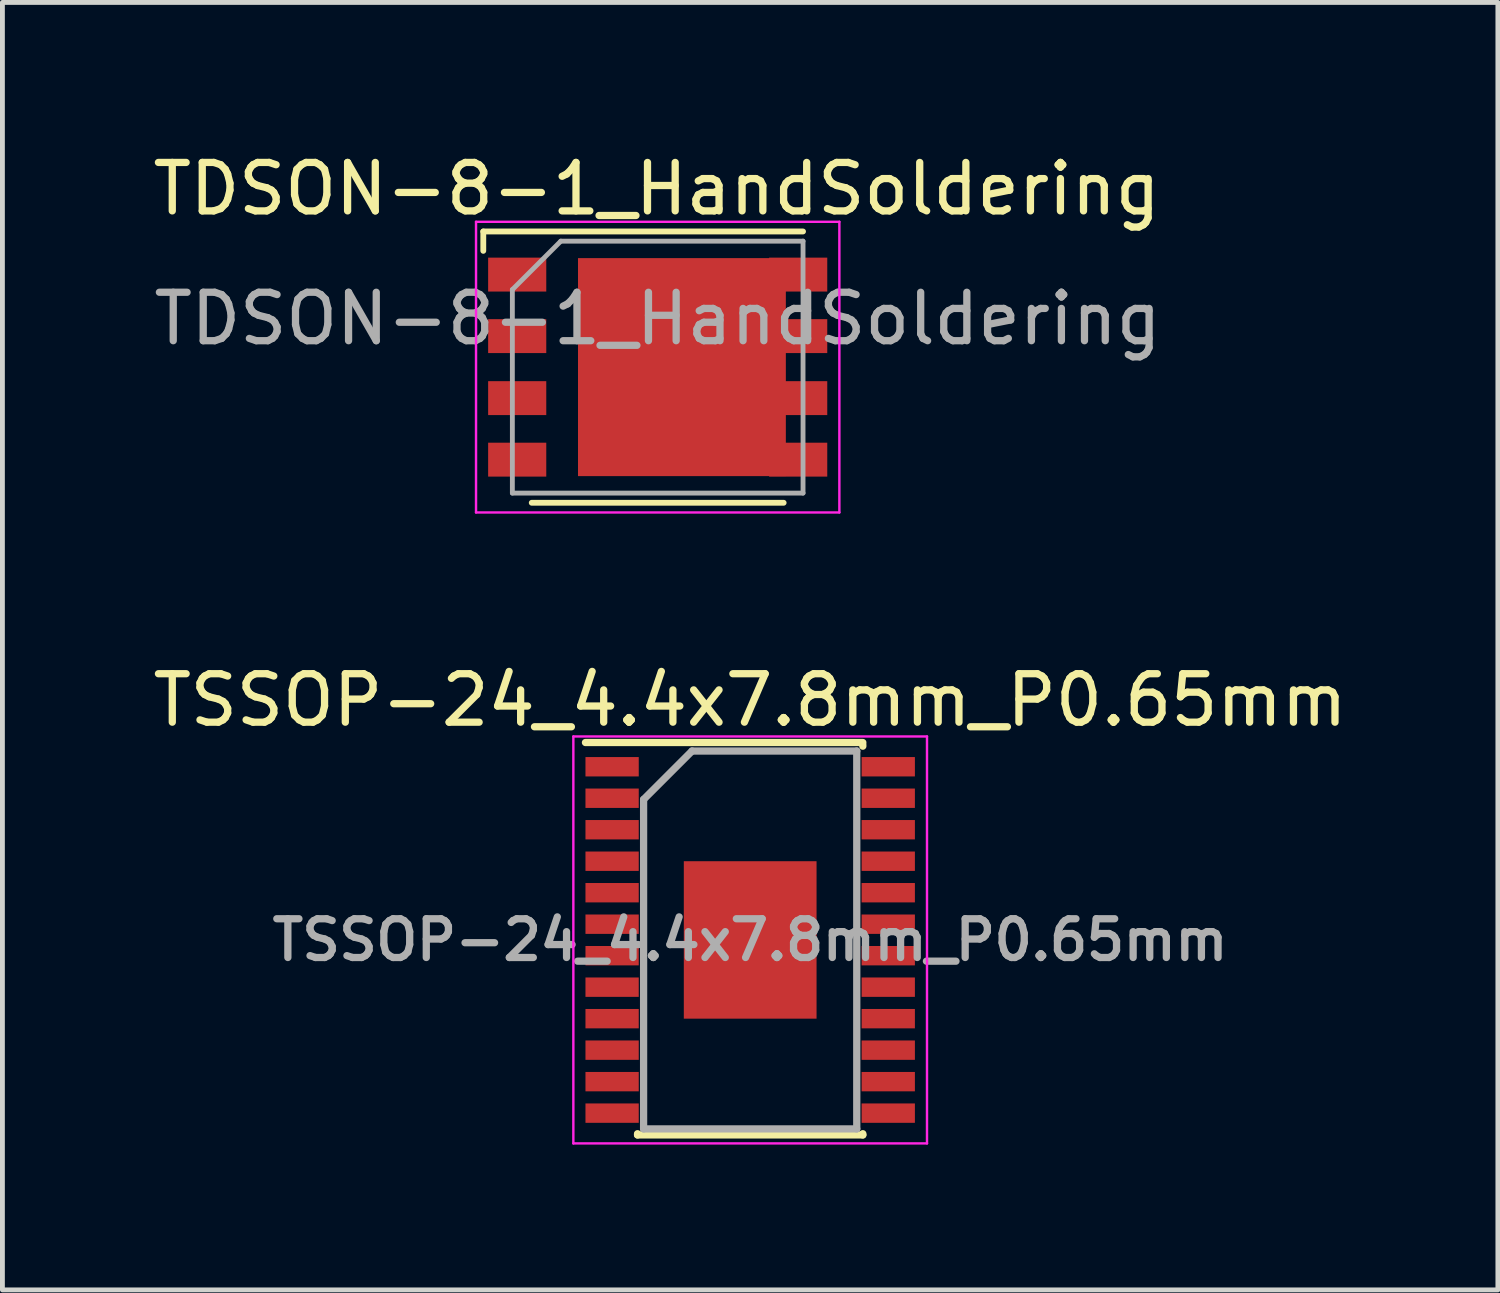
<source format=kicad_pcb>
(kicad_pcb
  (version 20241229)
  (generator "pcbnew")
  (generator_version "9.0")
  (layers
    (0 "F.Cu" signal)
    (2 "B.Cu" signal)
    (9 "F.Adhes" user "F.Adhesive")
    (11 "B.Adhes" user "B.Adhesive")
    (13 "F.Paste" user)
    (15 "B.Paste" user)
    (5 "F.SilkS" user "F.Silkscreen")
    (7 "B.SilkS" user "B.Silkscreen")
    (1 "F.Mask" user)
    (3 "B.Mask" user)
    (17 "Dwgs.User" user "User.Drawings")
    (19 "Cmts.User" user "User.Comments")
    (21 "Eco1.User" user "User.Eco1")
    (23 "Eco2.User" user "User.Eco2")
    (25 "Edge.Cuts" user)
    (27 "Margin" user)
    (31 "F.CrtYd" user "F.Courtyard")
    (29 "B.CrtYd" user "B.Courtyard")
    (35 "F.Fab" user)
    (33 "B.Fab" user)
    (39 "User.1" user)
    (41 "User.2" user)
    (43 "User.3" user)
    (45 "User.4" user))
  (footprint "TSSOP-24_4.4x7.8mm_P0.65mm"
    (layer "F.Cu")
    (at 12.435 16.352)
    (property "Reference" "TSSOP-24_4.4x7.8mm_P0.65mm" (at 0 -4.95 0) (layer "F.SilkS") (effects (font (size 1 1) (thickness 0.15))))
    (attr smd)
    (fp_line (start -3.4 -4.075) (end 2.325 -4.075) (stroke (width 0.15) (type solid)) (layer "F.SilkS"))
    (fp_line (start -2.325 4.025) (end -2.325 4) (stroke (width 0.15) (type solid)) (layer "F.SilkS"))
    (fp_line (start -2.325 4.025) (end 2.325 4.025) (stroke (width 0.15) (type solid)) (layer "F.SilkS"))
    (fp_line (start 2.325 -4.025) (end 2.325 -4) (stroke (width 0.15) (type solid)) (layer "F.SilkS"))
    (fp_line (start 2.325 4.025) (end 2.325 4) (stroke (width 0.15) (type solid)) (layer "F.SilkS"))
    (fp_line (start -3.65 -4.2) (end -3.65 4.2) (stroke (width 0.05) (type solid)) (layer "F.CrtYd"))
    (fp_line (start -3.65 -4.2) (end 3.65 -4.2) (stroke (width 0.05) (type solid)) (layer "F.CrtYd"))
    (fp_line (start -3.65 4.2) (end 3.65 4.2) (stroke (width 0.05) (type solid)) (layer "F.CrtYd"))
    (fp_line (start 3.65 -4.2) (end 3.65 4.2) (stroke (width 0.05) (type solid)) (layer "F.CrtYd"))
    (fp_line (start -2.2 -2.9) (end -1.2 -3.9) (stroke (width 0.15) (type solid)) (layer "F.Fab"))
    (fp_line (start -2.2 3.9) (end -2.2 -2.9) (stroke (width 0.15) (type solid)) (layer "F.Fab"))
    (fp_line (start -1.2 -3.9) (end 2.2 -3.9) (stroke (width 0.15) (type solid)) (layer "F.Fab"))
    (fp_line (start 2.2 -3.9) (end 2.2 3.9) (stroke (width 0.15) (type solid)) (layer "F.Fab"))
    (fp_line (start 2.2 3.9) (end -2.2 3.9) (stroke (width 0.15) (type solid)) (layer "F.Fab"))
    (fp_text user "${REFERENCE}" (at 0 0 0) (layer "F.Fab") (effects (font (size 0.8 0.8) (thickness 0.15))))
    (pad "1" smd rect (at -2.85 -3.575) (size 1.1 0.4) (layers "F.Cu" "F.Mask" "F.Paste"))
    (pad "2" smd rect (at -2.85 -2.925) (size 1.1 0.4) (layers "F.Cu" "F.Mask" "F.Paste"))
    (pad "3" smd rect (at -2.85 -2.275) (size 1.1 0.4) (layers "F.Cu" "F.Mask" "F.Paste"))
    (pad "4" smd rect (at -2.85 -1.625) (size 1.1 0.4) (layers "F.Cu" "F.Mask" "F.Paste"))
    (pad "5" smd rect (at -2.85 -0.975) (size 1.1 0.4) (layers "F.Cu" "F.Mask" "F.Paste"))
    (pad "6" smd rect (at -2.85 -0.325) (size 1.1 0.4) (layers "F.Cu" "F.Mask" "F.Paste"))
    (pad "7" smd rect (at -2.85 0.325) (size 1.1 0.4) (layers "F.Cu" "F.Mask" "F.Paste"))
    (pad "8" smd rect (at -2.85 0.975) (size 1.1 0.4) (layers "F.Cu" "F.Mask" "F.Paste"))
    (pad "9" smd rect (at -2.85 1.625) (size 1.1 0.4) (layers "F.Cu" "F.Mask" "F.Paste"))
    (pad "10" smd rect (at -2.85 2.275) (size 1.1 0.4) (layers "F.Cu" "F.Mask" "F.Paste"))
    (pad "11" smd rect (at -2.85 2.925) (size 1.1 0.4) (layers "F.Cu" "F.Mask" "F.Paste"))
    (pad "12" smd rect (at -2.85 3.575) (size 1.1 0.4) (layers "F.Cu" "F.Mask" "F.Paste"))
    (pad "13" smd rect (at 2.85 3.575) (size 1.1 0.4) (layers "F.Cu" "F.Mask" "F.Paste"))
    (pad "14" smd rect (at 2.85 2.925) (size 1.1 0.4) (layers "F.Cu" "F.Mask" "F.Paste"))
    (pad "15" smd rect (at 2.85 2.275) (size 1.1 0.4) (layers "F.Cu" "F.Mask" "F.Paste"))
    (pad "16" smd rect (at 2.85 1.625) (size 1.1 0.4) (layers "F.Cu" "F.Mask" "F.Paste"))
    (pad "17" smd rect (at 2.85 0.975) (size 1.1 0.4) (layers "F.Cu" "F.Mask" "F.Paste"))
    (pad "18" smd rect (at 2.85 0.325) (size 1.1 0.4) (layers "F.Cu" "F.Mask" "F.Paste"))
    (pad "19" smd rect (at 2.85 -0.325) (size 1.1 0.4) (layers "F.Cu" "F.Mask" "F.Paste"))
    (pad "20" smd rect (at 2.85 -0.975) (size 1.1 0.4) (layers "F.Cu" "F.Mask" "F.Paste"))
    (pad "21" smd rect (at 2.85 -1.625) (size 1.1 0.4) (layers "F.Cu" "F.Mask" "F.Paste"))
    (pad "22" smd rect (at 2.85 -2.275) (size 1.1 0.4) (layers "F.Cu" "F.Mask" "F.Paste"))
    (pad "23" smd rect (at 2.85 -2.925) (size 1.1 0.4) (layers "F.Cu" "F.Mask" "F.Paste"))
    (pad "24" smd rect (at 2.85 -3.575) (size 1.1 0.4) (layers "F.Cu" "F.Mask" "F.Paste"))
    (pad "25" smd rect (at 0 0) (size 2.74 3.25) (layers "F.Cu" "F.Mask" "F.Paste")))
  (footprint "TDSON-8-1_HandSoldering"
    (layer "F.Cu")
    (at 10.526 4.528)
    (property "Reference" "TDSON-8-1_HandSoldering" (at -0.02 -3.68 0) (layer "F.SilkS") (effects (font (size 1 1) (thickness 0.15))))
    (attr smd)
    (fp_line (start -3.6 -2.8) (end -3.6 -2.4) (stroke (width 0.12) (type solid)) (layer "F.SilkS"))
    (fp_line (start 2.6 2.8) (end -2.6 2.8) (stroke (width 0.12) (type solid)) (layer "F.SilkS"))
    (fp_line (start 3 -2.8) (end -3.6 -2.8) (stroke (width 0.12) (type solid)) (layer "F.SilkS"))
    (fp_line (start -3.75 -3) (end -3.75 3) (stroke (width 0.05) (type solid)) (layer "F.CrtYd"))
    (fp_line (start -3.75 3) (end 3.75 3) (stroke (width 0.05) (type solid)) (layer "F.CrtYd"))
    (fp_line (start 3.75 -3) (end -3.75 -3) (stroke (width 0.05) (type solid)) (layer "F.CrtYd"))
    (fp_line (start 3.75 3) (end 3.75 -3) (stroke (width 0.05) (type solid)) (layer "F.CrtYd"))
    (fp_line (start -3 2.6) (end -3 -1.6) (stroke (width 0.1) (type solid)) (layer "F.Fab"))
    (fp_line (start -2 -2.6) (end -3 -1.6) (stroke (width 0.1) (type solid)) (layer "F.Fab"))
    (fp_line (start -2 -2.6) (end 3 -2.6) (stroke (width 0.1) (type solid)) (layer "F.Fab"))
    (fp_line (start 3 -2.6) (end 3 2.6) (stroke (width 0.1) (type solid)) (layer "F.Fab"))
    (fp_line (start 3 2.6) (end -3 2.6) (stroke (width 0.1) (type solid)) (layer "F.Fab"))
    (fp_text user "${REFERENCE}" (at 0 -1 0) (layer "F.Fab") (effects (font (size 1 1) (thickness 0.15))))
    (pad "" smd rect (at -0.75 -1.09 270) (size 1.55 1.2) (layers "F.Paste"))
    (pad "" smd rect (at -0.75 1.09 270) (size 1.55 1.2) (layers "F.Paste"))
    (pad "" smd rect (at 1.25 -1.09 270) (size 1.55 1.6) (layers "F.Paste"))
    (pad "" smd rect (at 1.25 1.09 270) (size 1.55 1.6) (layers "F.Paste"))
    (pad "1" smd rect (at -2.9 -1.91 270) (size 0.7 1.2) (layers "F.Cu" "F.Mask" "F.Paste"))
    (pad "1" smd rect (at -2.9 -0.64 270) (size 0.7 1.2) (layers "F.Cu" "F.Mask" "F.Paste"))
    (pad "1" smd rect (at -2.9 0.64 270) (size 0.7 1.2) (layers "F.Cu" "F.Mask" "F.Paste"))
    (pad "2" smd rect (at -2.9 1.91 270) (size 0.7 1.2) (layers "F.Cu" "F.Mask" "F.Paste"))
    (pad "3" smd rect (at 0.5 0 270) (size 4.5 4.29) (layers "F.Cu" "F.Mask"))
    (pad "3" smd rect (at 2.9 -1.91 270) (size 0.7 1.2) (layers "F.Cu" "F.Mask" "F.Paste"))
    (pad "3" smd rect (at 2.9 -0.64 270) (size 0.7 1.2) (layers "F.Cu" "F.Mask" "F.Paste"))
    (pad "3" smd rect (at 2.9 0.64 270) (size 0.7 1.2) (layers "F.Cu" "F.Mask" "F.Paste"))
    (pad "3" smd rect (at 2.9 1.91 270) (size 0.7 1.2) (layers "F.Cu" "F.Mask" "F.Paste")))
  (gr_rect
    (start -3 -3)
    (end 27.869 23.576)
    (stroke (width 0.1) (type default))
    (fill no)
    (layer "Edge.Cuts")))
</source>
